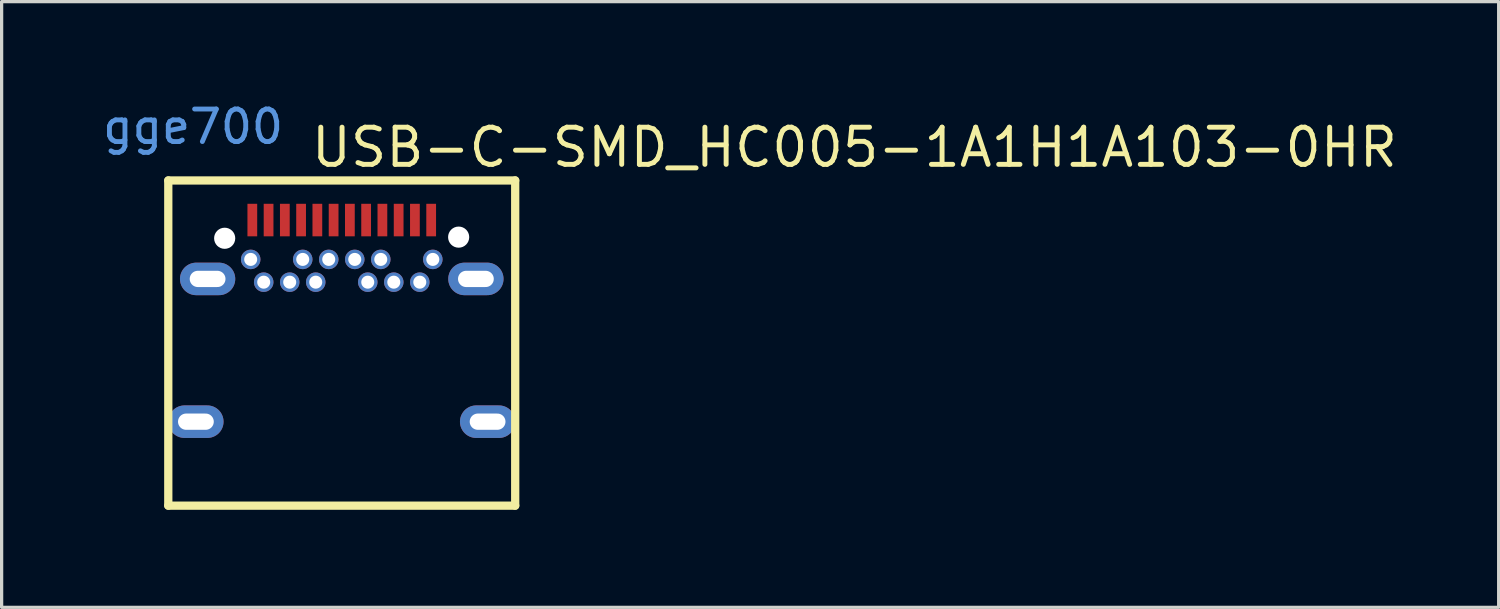
<source format=kicad_pcb>
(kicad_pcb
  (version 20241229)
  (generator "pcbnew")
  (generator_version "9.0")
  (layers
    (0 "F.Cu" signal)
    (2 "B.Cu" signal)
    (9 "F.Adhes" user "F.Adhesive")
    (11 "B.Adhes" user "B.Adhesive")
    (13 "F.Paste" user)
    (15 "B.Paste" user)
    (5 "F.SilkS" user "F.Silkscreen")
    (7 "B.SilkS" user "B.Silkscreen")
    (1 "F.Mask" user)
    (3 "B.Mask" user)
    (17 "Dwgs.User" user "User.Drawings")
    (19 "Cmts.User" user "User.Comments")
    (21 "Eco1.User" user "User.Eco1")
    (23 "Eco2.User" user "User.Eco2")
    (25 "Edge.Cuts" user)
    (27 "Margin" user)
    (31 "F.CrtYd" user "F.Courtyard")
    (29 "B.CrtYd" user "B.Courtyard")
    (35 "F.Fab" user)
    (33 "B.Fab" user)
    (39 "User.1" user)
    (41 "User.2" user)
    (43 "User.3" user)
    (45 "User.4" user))
  (footprint "USB-C-SMD_HC005-1A1H1A103-0HR"
    (layer "F.Cu")
    (at 7.459 6.817)
    (property "Reference" "USB-C-SMD_HC005-1A1H1A103-0HR" (at -1.016 -5.334 0) (layer "F.SilkS") (effects (font (size 1.143 1.143) (thickness 0.152)) (justify left)))
    (attr smd allow_soldermask_bridges)
    (fp_line (start -5.334 -4.318) (end 5.334 -4.318) (stroke (width 0.254) (type solid)) (layer "F.SilkS"))
    (fp_line (start -5.334 5.682) (end -5.334 -4.318) (stroke (width 0.254) (type solid)) (layer "F.SilkS"))
    (fp_line (start 5.334 -4.318) (end 5.334 5.682) (stroke (width 0.254) (type solid)) (layer "F.SilkS"))
    (fp_line (start 5.334 5.682) (end -5.334 5.682) (stroke (width 0.254) (type solid)) (layer "F.SilkS"))
    (fp_poly (pts (xy -2.9 -3.6) (xy -2.6 -3.6) (xy -2.6 -2.6) (xy -2.9 -2.6)) (stroke (width 0) (type solid)) (fill yes) (layer "F.Paste"))
    (fp_poly (pts (xy -2.4 -3.6) (xy -2.1 -3.6) (xy -2.1 -2.6) (xy -2.4 -2.6)) (stroke (width 0) (type solid)) (fill yes) (layer "F.Paste"))
    (fp_poly (pts (xy -1.9 -3.6) (xy -1.6 -3.6) (xy -1.6 -2.6) (xy -1.9 -2.6)) (stroke (width 0) (type solid)) (fill yes) (layer "F.Paste"))
    (fp_poly (pts (xy -1.4 -3.6) (xy -1.1 -3.6) (xy -1.1 -2.6) (xy -1.4 -2.6)) (stroke (width 0) (type solid)) (fill yes) (layer "F.Paste"))
    (fp_poly (pts (xy -0.9 -3.6) (xy -0.6 -3.6) (xy -0.6 -2.6) (xy -0.9 -2.6)) (stroke (width 0) (type solid)) (fill yes) (layer "F.Paste"))
    (fp_poly (pts (xy -0.4 -3.6) (xy -0.1 -3.6) (xy -0.1 -2.6) (xy -0.4 -2.6)) (stroke (width 0) (type solid)) (fill yes) (layer "F.Paste"))
    (fp_poly (pts (xy 0.1 -3.6) (xy 0.4 -3.6) (xy 0.4 -2.6) (xy 0.1 -2.6)) (stroke (width 0) (type solid)) (fill yes) (layer "F.Paste"))
    (fp_poly (pts (xy 0.6 -3.6) (xy 0.9 -3.6) (xy 0.9 -2.6) (xy 0.6 -2.6)) (stroke (width 0) (type solid)) (fill yes) (layer "F.Paste"))
    (fp_poly (pts (xy 1.1 -3.6) (xy 1.4 -3.6) (xy 1.4 -2.6) (xy 1.1 -2.6)) (stroke (width 0) (type solid)) (fill yes) (layer "F.Paste"))
    (fp_poly (pts (xy 1.6 -3.6) (xy 1.9 -3.6) (xy 1.9 -2.6) (xy 1.6 -2.6)) (stroke (width 0) (type solid)) (fill yes) (layer "F.Paste"))
    (fp_poly (pts (xy 2.1 -3.6) (xy 2.4 -3.6) (xy 2.4 -2.6) (xy 2.1 -2.6)) (stroke (width 0) (type solid)) (fill yes) (layer "F.Paste"))
    (fp_poly (pts (xy 2.6 -3.6) (xy 2.9 -3.6) (xy 2.9 -2.6) (xy 2.6 -2.6)) (stroke (width 0) (type solid)) (fill yes) (layer "F.Paste"))
    (fp_poly (pts (xy -2.806 -2.19) (xy -2.832 -2.188) (xy -2.856 -2.185) (xy -2.881 -2.179) (xy -2.905 -2.171) (xy -2.928 -2.162) (xy -2.95 -2.15) (xy -2.971 -2.136) (xy -2.991 -2.121) (xy -3.01 -2.104) (xy -3.027 -2.086) (xy -3.043 -2.066) (xy -3.057 -2.046) (xy -3.069 -2.024) (xy -3.079 -2.001) (xy -3.087 -1.977) (xy -3.094 -1.953) (xy -3.098 -1.928) (xy -3.1 -1.903) (xy -3.1 -1.878) (xy -3.098 -1.853) (xy -3.094 -1.828) (xy -3.087 -1.803) (xy -3.079 -1.78) (xy -3.069 -1.757) (xy -3.057 -1.735) (xy -3.043 -1.714) (xy -3.027 -1.694) (xy -3.01 -1.676) (xy -2.991 -1.659) (xy -2.971 -1.644) (xy -2.95 -1.63) (xy -2.928 -1.619) (xy -2.905 -1.609) (xy -2.881 -1.601) (xy -2.856 -1.595) (xy -2.832 -1.592) (xy -2.806 -1.59) (xy -2.781 -1.591) (xy -2.756 -1.593) (xy -2.732 -1.598) (xy -2.708 -1.605) (xy -2.684 -1.614) (xy -2.661 -1.624) (xy -2.639 -1.637) (xy -2.619 -1.651) (xy -2.599 -1.667) (xy -2.582 -1.685) (xy -2.565 -1.704) (xy -2.55 -1.724) (xy -2.537 -1.746) (xy -2.526 -1.768) (xy -2.517 -1.791) (xy -2.51 -1.816) (xy -2.504 -1.84) (xy -2.501 -1.865) (xy -2.5 -1.89) (xy -2.501 -1.915) (xy -2.504 -1.94) (xy -2.51 -1.965) (xy -2.517 -1.989) (xy -2.526 -2.012) (xy -2.537 -2.035) (xy -2.55 -2.056) (xy -2.565 -2.076) (xy -2.582 -2.095) (xy -2.599 -2.113) (xy -2.619 -2.129) (xy -2.639 -2.143) (xy -2.661 -2.156) (xy -2.684 -2.167) (xy -2.708 -2.175) (xy -2.732 -2.182) (xy -2.756 -2.187) (xy -2.781 -2.19)) (stroke (width 0) (type solid)) (fill yes) (layer "F.Paste"))
    (fp_poly (pts (xy -2.406 -1.49) (xy -2.432 -1.488) (xy -2.456 -1.485) (xy -2.481 -1.479) (xy -2.505 -1.471) (xy -2.528 -1.462) (xy -2.55 -1.45) (xy -2.571 -1.436) (xy -2.591 -1.421) (xy -2.61 -1.404) (xy -2.627 -1.386) (xy -2.643 -1.366) (xy -2.657 -1.346) (xy -2.669 -1.324) (xy -2.679 -1.301) (xy -2.687 -1.277) (xy -2.694 -1.252) (xy -2.698 -1.228) (xy -2.7 -1.203) (xy -2.7 -1.178) (xy -2.698 -1.153) (xy -2.694 -1.128) (xy -2.687 -1.103) (xy -2.679 -1.08) (xy -2.669 -1.057) (xy -2.657 -1.035) (xy -2.643 -1.014) (xy -2.627 -0.994) (xy -2.61 -0.976) (xy -2.591 -0.959) (xy -2.571 -0.944) (xy -2.55 -0.93) (xy -2.528 -0.919) (xy -2.505 -0.909) (xy -2.481 -0.901) (xy -2.456 -0.895) (xy -2.432 -0.892) (xy -2.406 -0.89) (xy -2.381 -0.891) (xy -2.356 -0.893) (xy -2.332 -0.898) (xy -2.307 -0.905) (xy -2.284 -0.914) (xy -2.261 -0.924) (xy -2.239 -0.937) (xy -2.219 -0.951) (xy -2.199 -0.967) (xy -2.181 -0.985) (xy -2.165 -1.004) (xy -2.15 -1.024) (xy -2.137 -1.046) (xy -2.126 -1.068) (xy -2.117 -1.091) (xy -2.11 -1.116) (xy -2.104 -1.14) (xy -2.101 -1.165) (xy -2.1 -1.19) (xy -2.101 -1.215) (xy -2.104 -1.24) (xy -2.11 -1.265) (xy -2.117 -1.289) (xy -2.126 -1.312) (xy -2.137 -1.335) (xy -2.15 -1.356) (xy -2.165 -1.376) (xy -2.181 -1.395) (xy -2.199 -1.413) (xy -2.219 -1.429) (xy -2.239 -1.443) (xy -2.261 -1.456) (xy -2.284 -1.467) (xy -2.307 -1.475) (xy -2.332 -1.482) (xy -2.356 -1.487) (xy -2.381 -1.49)) (stroke (width 0) (type solid)) (fill yes) (layer "F.Paste"))
    (fp_poly (pts (xy -1.606 -1.49) (xy -1.631 -1.488) (xy -1.656 -1.485) (xy -1.681 -1.479) (xy -1.705 -1.471) (xy -1.728 -1.462) (xy -1.75 -1.45) (xy -1.771 -1.436) (xy -1.791 -1.421) (xy -1.81 -1.404) (xy -1.827 -1.386) (xy -1.843 -1.366) (xy -1.857 -1.346) (xy -1.869 -1.324) (xy -1.879 -1.301) (xy -1.887 -1.277) (xy -1.894 -1.252) (xy -1.898 -1.228) (xy -1.9 -1.203) (xy -1.9 -1.178) (xy -1.898 -1.153) (xy -1.894 -1.128) (xy -1.887 -1.103) (xy -1.879 -1.08) (xy -1.869 -1.057) (xy -1.857 -1.035) (xy -1.843 -1.014) (xy -1.827 -0.994) (xy -1.81 -0.976) (xy -1.791 -0.959) (xy -1.771 -0.944) (xy -1.75 -0.93) (xy -1.728 -0.919) (xy -1.705 -0.909) (xy -1.681 -0.901) (xy -1.656 -0.895) (xy -1.631 -0.892) (xy -1.606 -0.89) (xy -1.581 -0.891) (xy -1.556 -0.893) (xy -1.532 -0.898) (xy -1.507 -0.905) (xy -1.484 -0.914) (xy -1.461 -0.924) (xy -1.439 -0.937) (xy -1.419 -0.951) (xy -1.399 -0.967) (xy -1.381 -0.985) (xy -1.365 -1.004) (xy -1.35 -1.024) (xy -1.337 -1.046) (xy -1.326 -1.068) (xy -1.317 -1.091) (xy -1.309 -1.116) (xy -1.304 -1.14) (xy -1.301 -1.165) (xy -1.3 -1.19) (xy -1.301 -1.215) (xy -1.304 -1.24) (xy -1.309 -1.265) (xy -1.317 -1.289) (xy -1.326 -1.312) (xy -1.337 -1.335) (xy -1.35 -1.356) (xy -1.365 -1.376) (xy -1.381 -1.395) (xy -1.399 -1.413) (xy -1.419 -1.429) (xy -1.439 -1.443) (xy -1.461 -1.456) (xy -1.484 -1.467) (xy -1.507 -1.475) (xy -1.532 -1.482) (xy -1.556 -1.487) (xy -1.581 -1.49)) (stroke (width 0) (type solid)) (fill yes) (layer "F.Paste"))
    (fp_poly (pts (xy -1.181 -2.19) (xy -1.207 -2.19) (xy -1.232 -2.188) (xy -1.256 -2.185) (xy -1.281 -2.179) (xy -1.305 -2.171) (xy -1.328 -2.162) (xy -1.35 -2.15) (xy -1.371 -2.136) (xy -1.392 -2.121) (xy -1.41 -2.104) (xy -1.427 -2.086) (xy -1.443 -2.066) (xy -1.457 -2.046) (xy -1.469 -2.024) (xy -1.479 -2.001) (xy -1.487 -1.977) (xy -1.494 -1.953) (xy -1.498 -1.928) (xy -1.5 -1.903) (xy -1.5 -1.878) (xy -1.498 -1.853) (xy -1.494 -1.828) (xy -1.487 -1.803) (xy -1.479 -1.78) (xy -1.469 -1.757) (xy -1.457 -1.735) (xy -1.443 -1.714) (xy -1.427 -1.694) (xy -1.41 -1.676) (xy -1.392 -1.659) (xy -1.371 -1.644) (xy -1.35 -1.63) (xy -1.328 -1.619) (xy -1.305 -1.609) (xy -1.281 -1.601) (xy -1.256 -1.595) (xy -1.232 -1.592) (xy -1.207 -1.59) (xy -1.181 -1.591) (xy -1.156 -1.593) (xy -1.132 -1.598) (xy -1.108 -1.605) (xy -1.084 -1.614) (xy -1.061 -1.624) (xy -1.04 -1.637) (xy -1.019 -1.651) (xy -1 -1.667) (xy -0.982 -1.685) (xy -0.965 -1.704) (xy -0.95 -1.724) (xy -0.937 -1.746) (xy -0.926 -1.768) (xy -0.917 -1.791) (xy -0.91 -1.816) (xy -0.904 -1.84) (xy -0.901 -1.865) (xy -0.9 -1.89) (xy -0.901 -1.915) (xy -0.904 -1.94) (xy -0.91 -1.965) (xy -0.917 -1.989) (xy -0.926 -2.012) (xy -0.937 -2.035) (xy -0.95 -2.056) (xy -0.965 -2.076) (xy -0.982 -2.095) (xy -1 -2.113) (xy -1.019 -2.129) (xy -1.04 -2.143) (xy -1.061 -2.156) (xy -1.084 -2.167) (xy -1.108 -2.175) (xy -1.132 -2.182) (xy -1.156 -2.187)) (stroke (width 0) (type solid)) (fill yes) (layer "F.Paste"))
    (fp_poly (pts (xy -0.807 -1.49) (xy -0.832 -1.488) (xy -0.856 -1.485) (xy -0.881 -1.479) (xy -0.905 -1.471) (xy -0.928 -1.462) (xy -0.95 -1.45) (xy -0.971 -1.436) (xy -0.991 -1.421) (xy -1.01 -1.404) (xy -1.027 -1.386) (xy -1.043 -1.366) (xy -1.057 -1.346) (xy -1.069 -1.324) (xy -1.079 -1.301) (xy -1.087 -1.277) (xy -1.094 -1.252) (xy -1.098 -1.228) (xy -1.1 -1.203) (xy -1.1 -1.178) (xy -1.098 -1.153) (xy -1.094 -1.128) (xy -1.087 -1.103) (xy -1.079 -1.08) (xy -1.069 -1.057) (xy -1.057 -1.035) (xy -1.043 -1.014) (xy -1.027 -0.994) (xy -1.01 -0.976) (xy -0.991 -0.959) (xy -0.971 -0.944) (xy -0.95 -0.93) (xy -0.928 -0.919) (xy -0.905 -0.909) (xy -0.881 -0.901) (xy -0.856 -0.895) (xy -0.832 -0.892) (xy -0.807 -0.89) (xy -0.781 -0.891) (xy -0.756 -0.893) (xy -0.732 -0.898) (xy -0.708 -0.905) (xy -0.684 -0.914) (xy -0.661 -0.924) (xy -0.639 -0.937) (xy -0.619 -0.951) (xy -0.599 -0.967) (xy -0.582 -0.985) (xy -0.565 -1.004) (xy -0.55 -1.024) (xy -0.537 -1.046) (xy -0.526 -1.068) (xy -0.517 -1.091) (xy -0.51 -1.116) (xy -0.504 -1.14) (xy -0.501 -1.165) (xy -0.5 -1.19) (xy -0.501 -1.215) (xy -0.504 -1.24) (xy -0.51 -1.265) (xy -0.517 -1.289) (xy -0.526 -1.312) (xy -0.537 -1.335) (xy -0.55 -1.356) (xy -0.565 -1.376) (xy -0.582 -1.395) (xy -0.599 -1.413) (xy -0.619 -1.429) (xy -0.639 -1.443) (xy -0.661 -1.456) (xy -0.684 -1.467) (xy -0.708 -1.475) (xy -0.732 -1.482) (xy -0.756 -1.487) (xy -0.781 -1.49)) (stroke (width 0) (type solid)) (fill yes) (layer "F.Paste"))
    (fp_poly (pts (xy -0.381 -2.19) (xy -0.406 -2.19) (xy -0.432 -2.188) (xy -0.456 -2.185) (xy -0.481 -2.179) (xy -0.505 -2.171) (xy -0.528 -2.162) (xy -0.55 -2.15) (xy -0.571 -2.136) (xy -0.591 -2.121) (xy -0.61 -2.104) (xy -0.627 -2.086) (xy -0.643 -2.066) (xy -0.657 -2.046) (xy -0.669 -2.024) (xy -0.679 -2.001) (xy -0.687 -1.977) (xy -0.694 -1.953) (xy -0.698 -1.928) (xy -0.7 -1.903) (xy -0.7 -1.878) (xy -0.698 -1.853) (xy -0.694 -1.828) (xy -0.687 -1.803) (xy -0.679 -1.78) (xy -0.669 -1.757) (xy -0.657 -1.735) (xy -0.643 -1.714) (xy -0.627 -1.694) (xy -0.61 -1.676) (xy -0.591 -1.659) (xy -0.571 -1.644) (xy -0.55 -1.63) (xy -0.528 -1.619) (xy -0.505 -1.609) (xy -0.481 -1.601) (xy -0.456 -1.595) (xy -0.432 -1.592) (xy -0.406 -1.59) (xy -0.381 -1.591) (xy -0.356 -1.593) (xy -0.332 -1.598) (xy -0.307 -1.605) (xy -0.284 -1.614) (xy -0.261 -1.624) (xy -0.239 -1.637) (xy -0.219 -1.651) (xy -0.199 -1.667) (xy -0.181 -1.685) (xy -0.165 -1.704) (xy -0.15 -1.724) (xy -0.137 -1.746) (xy -0.126 -1.768) (xy -0.117 -1.791) (xy -0.11 -1.816) (xy -0.104 -1.84) (xy -0.101 -1.865) (xy -0.1 -1.89) (xy -0.101 -1.915) (xy -0.104 -1.94) (xy -0.11 -1.965) (xy -0.117 -1.989) (xy -0.126 -2.012) (xy -0.137 -2.035) (xy -0.15 -2.056) (xy -0.165 -2.076) (xy -0.181 -2.095) (xy -0.199 -2.113) (xy -0.219 -2.129) (xy -0.239 -2.143) (xy -0.261 -2.156) (xy -0.284 -2.167) (xy -0.307 -2.175) (xy -0.332 -2.182) (xy -0.356 -2.187)) (stroke (width 0) (type solid)) (fill yes) (layer "F.Paste"))
    (fp_poly (pts (xy 0.394 -2.19) (xy 0.369 -2.188) (xy 0.344 -2.185) (xy 0.319 -2.179) (xy 0.295 -2.171) (xy 0.272 -2.162) (xy 0.25 -2.15) (xy 0.229 -2.136) (xy 0.209 -2.121) (xy 0.19 -2.104) (xy 0.173 -2.086) (xy 0.157 -2.066) (xy 0.143 -2.046) (xy 0.131 -2.024) (xy 0.121 -2.001) (xy 0.113 -1.977) (xy 0.106 -1.953) (xy 0.102 -1.928) (xy 0.1 -1.903) (xy 0.1 -1.878) (xy 0.102 -1.853) (xy 0.106 -1.828) (xy 0.113 -1.803) (xy 0.121 -1.78) (xy 0.131 -1.757) (xy 0.143 -1.735) (xy 0.157 -1.714) (xy 0.173 -1.694) (xy 0.19 -1.676) (xy 0.209 -1.659) (xy 0.229 -1.644) (xy 0.25 -1.63) (xy 0.272 -1.619) (xy 0.295 -1.609) (xy 0.319 -1.601) (xy 0.344 -1.595) (xy 0.369 -1.592) (xy 0.394 -1.59) (xy 0.419 -1.591) (xy 0.444 -1.593) (xy 0.468 -1.598) (xy 0.493 -1.605) (xy 0.516 -1.614) (xy 0.539 -1.624) (xy 0.561 -1.637) (xy 0.581 -1.651) (xy 0.601 -1.667) (xy 0.619 -1.685) (xy 0.635 -1.704) (xy 0.65 -1.724) (xy 0.663 -1.746) (xy 0.674 -1.768) (xy 0.683 -1.791) (xy 0.69 -1.816) (xy 0.696 -1.84) (xy 0.699 -1.865) (xy 0.7 -1.89) (xy 0.699 -1.915) (xy 0.696 -1.94) (xy 0.69 -1.965) (xy 0.683 -1.989) (xy 0.674 -2.012) (xy 0.663 -2.035) (xy 0.65 -2.056) (xy 0.635 -2.076) (xy 0.619 -2.095) (xy 0.601 -2.113) (xy 0.581 -2.129) (xy 0.561 -2.143) (xy 0.539 -2.156) (xy 0.516 -2.167) (xy 0.493 -2.175) (xy 0.468 -2.182) (xy 0.444 -2.187) (xy 0.419 -2.19)) (stroke (width 0) (type solid)) (fill yes) (layer "F.Paste"))
    (fp_poly (pts (xy 0.819 -1.49) (xy 0.793 -1.49) (xy 0.768 -1.488) (xy 0.744 -1.485) (xy 0.719 -1.479) (xy 0.695 -1.471) (xy 0.672 -1.462) (xy 0.65 -1.45) (xy 0.628 -1.436) (xy 0.608 -1.421) (xy 0.59 -1.404) (xy 0.573 -1.386) (xy 0.557 -1.366) (xy 0.543 -1.346) (xy 0.531 -1.324) (xy 0.521 -1.301) (xy 0.513 -1.277) (xy 0.506 -1.252) (xy 0.502 -1.228) (xy 0.5 -1.203) (xy 0.5 -1.178) (xy 0.502 -1.153) (xy 0.506 -1.128) (xy 0.513 -1.103) (xy 0.521 -1.08) (xy 0.531 -1.057) (xy 0.543 -1.035) (xy 0.557 -1.014) (xy 0.573 -0.994) (xy 0.59 -0.976) (xy 0.608 -0.959) (xy 0.628 -0.944) (xy 0.65 -0.93) (xy 0.672 -0.919) (xy 0.695 -0.909) (xy 0.719 -0.901) (xy 0.744 -0.895) (xy 0.768 -0.892) (xy 0.793 -0.89) (xy 0.819 -0.891) (xy 0.844 -0.893) (xy 0.868 -0.898) (xy 0.892 -0.905) (xy 0.916 -0.914) (xy 0.939 -0.924) (xy 0.96 -0.937) (xy 0.981 -0.951) (xy 1 -0.967) (xy 1.018 -0.985) (xy 1.035 -1.004) (xy 1.05 -1.024) (xy 1.063 -1.046) (xy 1.074 -1.068) (xy 1.083 -1.091) (xy 1.09 -1.116) (xy 1.096 -1.14) (xy 1.099 -1.165) (xy 1.1 -1.19) (xy 1.099 -1.215) (xy 1.096 -1.24) (xy 1.09 -1.265) (xy 1.083 -1.289) (xy 1.074 -1.312) (xy 1.063 -1.335) (xy 1.05 -1.356) (xy 1.035 -1.376) (xy 1.018 -1.395) (xy 1 -1.413) (xy 0.981 -1.429) (xy 0.96 -1.443) (xy 0.939 -1.456) (xy 0.916 -1.467) (xy 0.892 -1.475) (xy 0.868 -1.482) (xy 0.844 -1.487)) (stroke (width 0) (type solid)) (fill yes) (layer "F.Paste"))
    (fp_poly (pts (xy 1.193 -2.19) (xy 1.168 -2.188) (xy 1.144 -2.185) (xy 1.119 -2.179) (xy 1.095 -2.171) (xy 1.072 -2.162) (xy 1.05 -2.15) (xy 1.029 -2.136) (xy 1.009 -2.121) (xy 0.99 -2.104) (xy 0.973 -2.086) (xy 0.957 -2.066) (xy 0.943 -2.046) (xy 0.931 -2.024) (xy 0.921 -2.001) (xy 0.913 -1.977) (xy 0.906 -1.953) (xy 0.902 -1.928) (xy 0.9 -1.903) (xy 0.9 -1.878) (xy 0.902 -1.853) (xy 0.906 -1.828) (xy 0.913 -1.803) (xy 0.921 -1.78) (xy 0.931 -1.757) (xy 0.943 -1.735) (xy 0.957 -1.714) (xy 0.973 -1.694) (xy 0.99 -1.676) (xy 1.009 -1.659) (xy 1.029 -1.644) (xy 1.05 -1.63) (xy 1.072 -1.619) (xy 1.095 -1.609) (xy 1.119 -1.601) (xy 1.144 -1.595) (xy 1.168 -1.592) (xy 1.193 -1.59) (xy 1.219 -1.591) (xy 1.244 -1.593) (xy 1.268 -1.598) (xy 1.292 -1.605) (xy 1.316 -1.614) (xy 1.339 -1.624) (xy 1.361 -1.637) (xy 1.381 -1.651) (xy 1.401 -1.667) (xy 1.418 -1.685) (xy 1.435 -1.704) (xy 1.45 -1.724) (xy 1.463 -1.746) (xy 1.474 -1.768) (xy 1.483 -1.791) (xy 1.49 -1.816) (xy 1.496 -1.84) (xy 1.499 -1.865) (xy 1.5 -1.89) (xy 1.499 -1.915) (xy 1.496 -1.94) (xy 1.49 -1.965) (xy 1.483 -1.989) (xy 1.474 -2.012) (xy 1.463 -2.035) (xy 1.45 -2.056) (xy 1.435 -2.076) (xy 1.418 -2.095) (xy 1.401 -2.113) (xy 1.381 -2.129) (xy 1.361 -2.143) (xy 1.339 -2.156) (xy 1.316 -2.167) (xy 1.292 -2.175) (xy 1.268 -2.182) (xy 1.244 -2.187) (xy 1.219 -2.19)) (stroke (width 0) (type solid)) (fill yes) (layer "F.Paste"))
    (fp_poly (pts (xy 1.594 -1.49) (xy 1.568 -1.488) (xy 1.544 -1.485) (xy 1.519 -1.479) (xy 1.495 -1.471) (xy 1.472 -1.462) (xy 1.45 -1.45) (xy 1.429 -1.436) (xy 1.409 -1.421) (xy 1.39 -1.404) (xy 1.373 -1.386) (xy 1.357 -1.366) (xy 1.343 -1.346) (xy 1.331 -1.324) (xy 1.321 -1.301) (xy 1.313 -1.277) (xy 1.306 -1.252) (xy 1.302 -1.228) (xy 1.3 -1.203) (xy 1.3 -1.178) (xy 1.302 -1.153) (xy 1.306 -1.128) (xy 1.313 -1.103) (xy 1.321 -1.08) (xy 1.331 -1.057) (xy 1.343 -1.035) (xy 1.357 -1.014) (xy 1.373 -0.994) (xy 1.39 -0.976) (xy 1.409 -0.959) (xy 1.429 -0.944) (xy 1.45 -0.93) (xy 1.472 -0.919) (xy 1.495 -0.909) (xy 1.519 -0.901) (xy 1.544 -0.895) (xy 1.568 -0.892) (xy 1.594 -0.89) (xy 1.619 -0.891) (xy 1.644 -0.893) (xy 1.668 -0.898) (xy 1.693 -0.905) (xy 1.716 -0.914) (xy 1.739 -0.924) (xy 1.761 -0.937) (xy 1.781 -0.951) (xy 1.801 -0.967) (xy 1.819 -0.985) (xy 1.835 -1.004) (xy 1.85 -1.024) (xy 1.863 -1.046) (xy 1.874 -1.068) (xy 1.883 -1.091) (xy 1.89 -1.116) (xy 1.896 -1.14) (xy 1.899 -1.165) (xy 1.9 -1.19) (xy 1.899 -1.215) (xy 1.896 -1.24) (xy 1.89 -1.265) (xy 1.883 -1.289) (xy 1.874 -1.312) (xy 1.863 -1.335) (xy 1.85 -1.356) (xy 1.835 -1.376) (xy 1.819 -1.395) (xy 1.801 -1.413) (xy 1.781 -1.429) (xy 1.761 -1.443) (xy 1.739 -1.456) (xy 1.716 -1.467) (xy 1.693 -1.475) (xy 1.668 -1.482) (xy 1.644 -1.487) (xy 1.619 -1.49)) (stroke (width 0) (type solid)) (fill yes) (layer "F.Paste"))
    (fp_poly (pts (xy 2.394 -1.49) (xy 2.369 -1.488) (xy 2.344 -1.485) (xy 2.319 -1.479) (xy 2.295 -1.471) (xy 2.272 -1.462) (xy 2.25 -1.45) (xy 2.229 -1.436) (xy 2.209 -1.421) (xy 2.19 -1.404) (xy 2.173 -1.386) (xy 2.157 -1.366) (xy 2.143 -1.346) (xy 2.131 -1.324) (xy 2.121 -1.301) (xy 2.113 -1.277) (xy 2.106 -1.252) (xy 2.102 -1.228) (xy 2.1 -1.203) (xy 2.1 -1.178) (xy 2.102 -1.153) (xy 2.106 -1.128) (xy 2.113 -1.103) (xy 2.121 -1.08) (xy 2.131 -1.057) (xy 2.143 -1.035) (xy 2.157 -1.014) (xy 2.173 -0.994) (xy 2.19 -0.976) (xy 2.209 -0.959) (xy 2.229 -0.944) (xy 2.25 -0.93) (xy 2.272 -0.919) (xy 2.295 -0.909) (xy 2.319 -0.901) (xy 2.344 -0.895) (xy 2.369 -0.892) (xy 2.394 -0.89) (xy 2.419 -0.891) (xy 2.444 -0.893) (xy 2.468 -0.898) (xy 2.493 -0.905) (xy 2.516 -0.914) (xy 2.539 -0.924) (xy 2.561 -0.937) (xy 2.581 -0.951) (xy 2.601 -0.967) (xy 2.619 -0.985) (xy 2.635 -1.004) (xy 2.65 -1.024) (xy 2.663 -1.046) (xy 2.674 -1.068) (xy 2.683 -1.091) (xy 2.69 -1.116) (xy 2.696 -1.14) (xy 2.699 -1.165) (xy 2.7 -1.19) (xy 2.699 -1.215) (xy 2.696 -1.24) (xy 2.69 -1.265) (xy 2.683 -1.289) (xy 2.674 -1.312) (xy 2.663 -1.335) (xy 2.65 -1.356) (xy 2.635 -1.376) (xy 2.619 -1.395) (xy 2.601 -1.413) (xy 2.581 -1.429) (xy 2.561 -1.443) (xy 2.539 -1.456) (xy 2.516 -1.467) (xy 2.493 -1.475) (xy 2.468 -1.482) (xy 2.444 -1.487) (xy 2.419 -1.49)) (stroke (width 0) (type solid)) (fill yes) (layer "F.Paste"))
    (fp_poly (pts (xy 2.793 -2.19) (xy 2.768 -2.188) (xy 2.744 -2.185) (xy 2.719 -2.179) (xy 2.695 -2.171) (xy 2.672 -2.162) (xy 2.65 -2.15) (xy 2.628 -2.136) (xy 2.608 -2.121) (xy 2.59 -2.104) (xy 2.573 -2.086) (xy 2.557 -2.066) (xy 2.543 -2.046) (xy 2.531 -2.024) (xy 2.521 -2.001) (xy 2.513 -1.977) (xy 2.506 -1.953) (xy 2.502 -1.928) (xy 2.5 -1.903) (xy 2.5 -1.878) (xy 2.502 -1.853) (xy 2.506 -1.828) (xy 2.513 -1.803) (xy 2.521 -1.78) (xy 2.531 -1.757) (xy 2.543 -1.735) (xy 2.557 -1.714) (xy 2.573 -1.694) (xy 2.59 -1.676) (xy 2.608 -1.659) (xy 2.628 -1.644) (xy 2.65 -1.63) (xy 2.672 -1.619) (xy 2.695 -1.609) (xy 2.719 -1.601) (xy 2.744 -1.595) (xy 2.768 -1.592) (xy 2.793 -1.59) (xy 2.819 -1.591) (xy 2.844 -1.593) (xy 2.868 -1.598) (xy 2.892 -1.605) (xy 2.916 -1.614) (xy 2.939 -1.624) (xy 2.96 -1.637) (xy 2.981 -1.651) (xy 3 -1.667) (xy 3.018 -1.685) (xy 3.035 -1.704) (xy 3.05 -1.724) (xy 3.063 -1.746) (xy 3.074 -1.768) (xy 3.083 -1.791) (xy 3.09 -1.816) (xy 3.096 -1.84) (xy 3.099 -1.865) (xy 3.1 -1.89) (xy 3.099 -1.915) (xy 3.096 -1.94) (xy 3.09 -1.965) (xy 3.083 -1.989) (xy 3.074 -2.012) (xy 3.063 -2.035) (xy 3.05 -2.056) (xy 3.035 -2.076) (xy 3.018 -2.095) (xy 3 -2.113) (xy 2.981 -2.129) (xy 2.96 -2.143) (xy 2.939 -2.156) (xy 2.916 -2.167) (xy 2.892 -2.175) (xy 2.868 -2.182) (xy 2.844 -2.187) (xy 2.819 -2.19)) (stroke (width 0) (type solid)) (fill yes) (layer "F.Paste"))
    (fp_circle (center -3.6 -2.54) (end -3.475 -2.54) (stroke (width 0.25) (type solid)) (fill no) (layer "Cmts.User"))
    (fp_circle (center 3.595 -2.575) (end 3.72 -2.575) (stroke (width 0.25) (type solid)) (fill no) (layer "Cmts.User"))
    (fp_text user "gge700" (at -4.572 -5.969 0) (layer "Cmts.User") (effects (font (size 1 1) (thickness 0.15))))
    (pad "" np_thru_hole circle (at -3.6 -2.54) (size 0.65 0.65) (drill 0.65) (layers "*.Cu" "*.Mask"))
    (pad "" np_thru_hole circle (at 3.595 -2.575) (size 0.65 0.65) (drill 0.65) (layers "*.Cu" "*.Mask"))
    (pad "1" thru_hole oval (at -4.125 -1.29 90) (size 1 1.7) (drill oval 0.5 1.1) (layers "*.Cu" "*.Paste" "*.Mask"))
    (pad "2" thru_hole oval (at -4.485 3.1 90) (size 1 1.7) (drill oval 0.5 1.1) (layers "*.Cu" "*.Paste" "*.Mask"))
    (pad "3" thru_hole oval (at 4.485 3.1 90) (size 1 1.7) (drill oval 0.5 1.1) (layers "*.Cu" "*.Paste" "*.Mask"))
    (pad "4" thru_hole oval (at 4.125 -1.29 90) (size 1 1.7) (drill oval 0.5 1.1) (layers "*.Cu" "*.Paste" "*.Mask"))
    (pad "A1" smd rect (at -2.75 -3.1) (size 0.3 1) (layers "F.Cu" "F.Mask" "F.Paste"))
    (pad "A2" smd rect (at -2.25 -3.1) (size 0.3 1) (layers "F.Cu" "F.Mask" "F.Paste"))
    (pad "A3" smd rect (at -1.75 -3.1) (size 0.3 1) (layers "F.Cu" "F.Mask" "F.Paste"))
    (pad "A4" smd rect (at -1.25 -3.1) (size 0.3 1) (layers "F.Cu" "F.Mask" "F.Paste"))
    (pad "A5" smd rect (at -0.75 -3.1) (size 0.3 1) (layers "F.Cu" "F.Mask" "F.Paste"))
    (pad "A6" smd rect (at -0.25 -3.1) (size 0.3 1) (layers "F.Cu" "F.Mask" "F.Paste"))
    (pad "A7" smd rect (at 0.25 -3.1) (size 0.3 1) (layers "F.Cu" "F.Mask" "F.Paste"))
    (pad "A8" smd rect (at 0.75 -3.1) (size 0.3 1) (layers "F.Cu" "F.Mask" "F.Paste"))
    (pad "A9" smd rect (at 1.25 -3.1) (size 0.3 1) (layers "F.Cu" "F.Mask" "F.Paste"))
    (pad "A10" smd rect (at 1.75 -3.1) (size 0.3 1) (layers "F.Cu" "F.Mask" "F.Paste"))
    (pad "A11" smd rect (at 2.25 -3.1) (size 0.3 1) (layers "F.Cu" "F.Mask" "F.Paste"))
    (pad "A12" smd rect (at 2.75 -3.1) (size 0.3 1) (layers "F.Cu" "F.Mask" "F.Paste"))
    (pad "B1" thru_hole circle (at 2.8 -1.89) (size 0.6 0.6) (drill 0.4) (layers "*.Cu" "*.Paste" "*.Mask"))
    (pad "B2" thru_hole circle (at 2.4 -1.19) (size 0.6 0.6) (drill 0.4) (layers "*.Cu" "*.Paste" "*.Mask"))
    (pad "B3" thru_hole circle (at 1.6 -1.19) (size 0.6 0.6) (drill 0.4) (layers "*.Cu" "*.Paste" "*.Mask"))
    (pad "B4" thru_hole circle (at 1.2 -1.89) (size 0.6 0.6) (drill 0.4) (layers "*.Cu" "*.Paste" "*.Mask"))
    (pad "B5" thru_hole circle (at 0.8 -1.19) (size 0.6 0.6) (drill 0.4) (layers "*.Cu" "*.Paste" "*.Mask"))
    (pad "B6" thru_hole circle (at 0.4 -1.89) (size 0.6 0.6) (drill 0.4) (layers "*.Cu" "*.Paste" "*.Mask"))
    (pad "B7" thru_hole circle (at -0.4 -1.89) (size 0.6 0.6) (drill 0.4) (layers "*.Cu" "*.Paste" "*.Mask"))
    (pad "B8" thru_hole circle (at -0.8 -1.19) (size 0.6 0.6) (drill 0.4) (layers "*.Cu" "*.Paste" "*.Mask"))
    (pad "B9" thru_hole circle (at -1.2 -1.89) (size 0.6 0.6) (drill 0.4) (layers "*.Cu" "*.Paste" "*.Mask"))
    (pad "B10" thru_hole circle (at -1.6 -1.19) (size 0.6 0.6) (drill 0.4) (layers "*.Cu" "*.Paste" "*.Mask"))
    (pad "B11" thru_hole circle (at -2.4 -1.19) (size 0.6 0.6) (drill 0.4) (layers "*.Cu" "*.Paste" "*.Mask"))
    (pad "B12" thru_hole circle (at -2.8 -1.89) (size 0.6 0.6) (drill 0.4) (layers "*.Cu" "*.Paste" "*.Mask")))
  (gr_rect
    (start -3 -3)
    (end 43.035 15.626)
    (stroke (width 0.1) (type default))
    (fill no)
    (layer "Edge.Cuts")))
</source>
